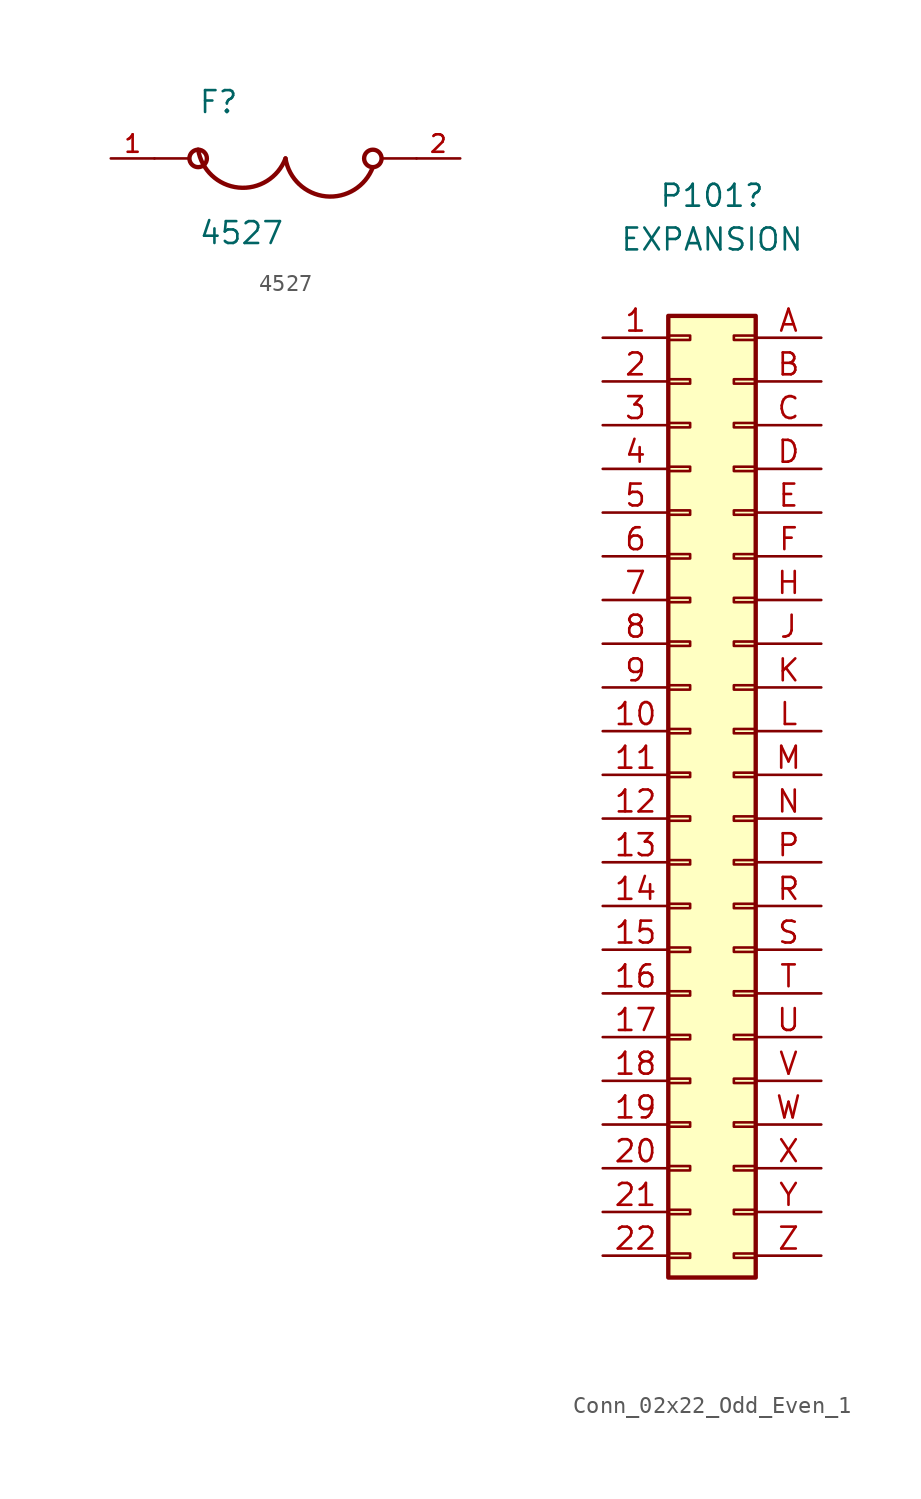
<source format=kicad_sym>
(kicad_symbol_lib
  (version 20211014)
  (generator kicad_symbol_editor)
  (symbol "4527"
    (pin_names
      (offset 1.016) hide)
    (property "Reference" "F"
      (at -5.08 2.54 0)
      (effects (font (size 1.27 1.27)) (justify left bottom)))
    (property "Value" "4527"
      (at -5.08 -5.08 0)
      (effects (font (size 1.27 1.27)) (justify left bottom)))
    (property "ki_locked" ""
      (at 0 0 0)
      (effects (font (size 1.27 1.27))))
    (symbol "4527_0_0"
      (circle (center -5.08 0) (radius 0.508) (stroke (width 0.254) (type default) (color 0 0 0 0)) (fill (type none)))
      (arc (start -5.08 0.508) (mid -2.8805 -3.0555) (end 0 0) (stroke (width 0.254) (type default) (color 0 0 0 0)) (fill (type none)))
      (polyline (pts (xy -7.62 0) (xy -5.588 0)) (stroke (width 0.152) (type default) (color 0 0 0 0)) (fill (type none)))
      (polyline (pts (xy 5.588 0) (xy 7.62 0)) (stroke (width 0.152) (type default) (color 0 0 0 0)) (fill (type none)))
      (arc (start 0 0) (mid 2.3504 -2.2064) (end 5.08 -0.508) (stroke (width 0.254) (type default) (color 0 0 0 0)) (fill (type none)))
      (circle (center 5.08 0) (radius 0.508) (stroke (width 0.254) (type default) (color 0 0 0 0)) (fill (type none)))
      (pin passive line (at -10.16 0 0) (length 2.54) (name "~" (effects (font (size 1.016 1.016)))) (number "1" (effects (font (size 1.016 1.016)))))
      (pin passive line (at 10.16 0 180) (length 2.54) (name "~" (effects (font (size 1.016 1.016)))) (number "2" (effects (font (size 1.016 1.016)))))))
  (symbol "Conn_02x22_Odd_Even_1"
    (pin_names
      (offset 1.016) hide)
    (property "Reference" "P101"
      (at 1.27 33.655 0)
      (effects (font (size 1.27 1.27))))
    (property "Value" "EXPANSION"
      (at 1.27 31.115 0)
      (effects (font (size 1.27 1.27))))
    (symbol "Conn_02x22_Odd_Even_1_1_1"
      (rectangle (start -1.27 -27.813) (end 0 -28.067) (stroke (width 0.152) (type default) (color 0 0 0 0)) (fill (type none)))
      (rectangle (start -1.27 -25.273) (end 0 -25.527) (stroke (width 0.152) (type default) (color 0 0 0 0)) (fill (type none)))
      (rectangle (start -1.27 -22.733) (end 0 -22.987) (stroke (width 0.152) (type default) (color 0 0 0 0)) (fill (type none)))
      (rectangle (start -1.27 -20.193) (end 0 -20.447) (stroke (width 0.152) (type default) (color 0 0 0 0)) (fill (type none)))
      (rectangle (start -1.27 -17.653) (end 0 -17.907) (stroke (width 0.152) (type default) (color 0 0 0 0)) (fill (type none)))
      (rectangle (start -1.27 -15.113) (end 0 -15.367) (stroke (width 0.152) (type default) (color 0 0 0 0)) (fill (type none)))
      (rectangle (start -1.27 -12.573) (end 0 -12.827) (stroke (width 0.152) (type default) (color 0 0 0 0)) (fill (type none)))
      (rectangle (start -1.27 -10.033) (end 0 -10.287) (stroke (width 0.152) (type default) (color 0 0 0 0)) (fill (type none)))
      (rectangle (start -1.27 -7.493) (end 0 -7.747) (stroke (width 0.152) (type default) (color 0 0 0 0)) (fill (type none)))
      (rectangle (start -1.27 -4.953) (end 0 -5.207) (stroke (width 0.152) (type default) (color 0 0 0 0)) (fill (type none)))
      (rectangle (start -1.27 -2.413) (end 0 -2.667) (stroke (width 0.152) (type default) (color 0 0 0 0)) (fill (type none)))
      (rectangle (start -1.27 0.127) (end 0 -0.127) (stroke (width 0.152) (type default) (color 0 0 0 0)) (fill (type none)))
      (rectangle (start -1.27 2.667) (end 0 2.413) (stroke (width 0.152) (type default) (color 0 0 0 0)) (fill (type none)))
      (rectangle (start -1.27 5.207) (end 0 4.953) (stroke (width 0.152) (type default) (color 0 0 0 0)) (fill (type none)))
      (rectangle (start -1.27 7.747) (end 0 7.493) (stroke (width 0.152) (type default) (color 0 0 0 0)) (fill (type none)))
      (rectangle (start -1.27 10.287) (end 0 10.033) (stroke (width 0.152) (type default) (color 0 0 0 0)) (fill (type none)))
      (rectangle (start -1.27 12.827) (end 0 12.573) (stroke (width 0.152) (type default) (color 0 0 0 0)) (fill (type none)))
      (rectangle (start -1.27 15.367) (end 0 15.113) (stroke (width 0.152) (type default) (color 0 0 0 0)) (fill (type none)))
      (rectangle (start -1.27 17.907) (end 0 17.653) (stroke (width 0.152) (type default) (color 0 0 0 0)) (fill (type none)))
      (rectangle (start -1.27 20.447) (end 0 20.193) (stroke (width 0.152) (type default) (color 0 0 0 0)) (fill (type none)))
      (rectangle (start -1.27 22.987) (end 0 22.733) (stroke (width 0.152) (type default) (color 0 0 0 0)) (fill (type none)))
      (rectangle (start -1.27 25.527) (end 0 25.273) (stroke (width 0.152) (type default) (color 0 0 0 0)) (fill (type none)))
      (rectangle (start -1.27 26.67) (end 3.81 -29.21) (stroke (width 0.254) (type default) (color 0 0 0 0)) (fill (type background)))
      (rectangle (start 3.81 -27.813) (end 2.54 -28.067) (stroke (width 0.152) (type default) (color 0 0 0 0)) (fill (type none)))
      (rectangle (start 3.81 -25.273) (end 2.54 -25.527) (stroke (width 0.152) (type default) (color 0 0 0 0)) (fill (type none)))
      (rectangle (start 3.81 -22.733) (end 2.54 -22.987) (stroke (width 0.152) (type default) (color 0 0 0 0)) (fill (type none)))
      (rectangle (start 3.81 -20.193) (end 2.54 -20.447) (stroke (width 0.152) (type default) (color 0 0 0 0)) (fill (type none)))
      (rectangle (start 3.81 -17.653) (end 2.54 -17.907) (stroke (width 0.152) (type default) (color 0 0 0 0)) (fill (type none)))
      (rectangle (start 3.81 -15.113) (end 2.54 -15.367) (stroke (width 0.152) (type default) (color 0 0 0 0)) (fill (type none)))
      (rectangle (start 3.81 -12.573) (end 2.54 -12.827) (stroke (width 0.152) (type default) (color 0 0 0 0)) (fill (type none)))
      (rectangle (start 3.81 -10.033) (end 2.54 -10.287) (stroke (width 0.152) (type default) (color 0 0 0 0)) (fill (type none)))
      (rectangle (start 3.81 -7.493) (end 2.54 -7.747) (stroke (width 0.152) (type default) (color 0 0 0 0)) (fill (type none)))
      (rectangle (start 3.81 -4.953) (end 2.54 -5.207) (stroke (width 0.152) (type default) (color 0 0 0 0)) (fill (type none)))
      (rectangle (start 3.81 -2.413) (end 2.54 -2.667) (stroke (width 0.152) (type default) (color 0 0 0 0)) (fill (type none)))
      (rectangle (start 3.81 0.127) (end 2.54 -0.127) (stroke (width 0.152) (type default) (color 0 0 0 0)) (fill (type none)))
      (rectangle (start 3.81 2.667) (end 2.54 2.413) (stroke (width 0.152) (type default) (color 0 0 0 0)) (fill (type none)))
      (rectangle (start 3.81 5.207) (end 2.54 4.953) (stroke (width 0.152) (type default) (color 0 0 0 0)) (fill (type none)))
      (rectangle (start 3.81 7.747) (end 2.54 7.493) (stroke (width 0.152) (type default) (color 0 0 0 0)) (fill (type none)))
      (rectangle (start 3.81 10.287) (end 2.54 10.033) (stroke (width 0.152) (type default) (color 0 0 0 0)) (fill (type none)))
      (rectangle (start 3.81 12.827) (end 2.54 12.573) (stroke (width 0.152) (type default) (color 0 0 0 0)) (fill (type none)))
      (rectangle (start 3.81 15.367) (end 2.54 15.113) (stroke (width 0.152) (type default) (color 0 0 0 0)) (fill (type none)))
      (rectangle (start 3.81 17.907) (end 2.54 17.653) (stroke (width 0.152) (type default) (color 0 0 0 0)) (fill (type none)))
      (rectangle (start 3.81 20.447) (end 2.54 20.193) (stroke (width 0.152) (type default) (color 0 0 0 0)) (fill (type none)))
      (rectangle (start 3.81 22.987) (end 2.54 22.733) (stroke (width 0.152) (type default) (color 0 0 0 0)) (fill (type none)))
      (rectangle (start 3.81 25.527) (end 2.54 25.273) (stroke (width 0.152) (type default) (color 0 0 0 0)) (fill (type none)))
      (pin passive line (at -5.08 25.4 0) (length 3.81) (name "1" (effects (font (size 1.27 1.27)))) (number "1" (effects (font (size 1.27 1.27)))))
      (pin passive line (at -5.08 2.54 0) (length 3.81) (name "10" (effects (font (size 1.27 1.27)))) (number "10" (effects (font (size 1.27 1.27)))))
      (pin passive line (at -5.08 0 0) (length 3.81) (name "11" (effects (font (size 1.27 1.27)))) (number "11" (effects (font (size 1.27 1.27)))))
      (pin passive line (at -5.08 -2.54 0) (length 3.81) (name "12" (effects (font (size 1.27 1.27)))) (number "12" (effects (font (size 1.27 1.27)))))
      (pin passive line (at -5.08 -5.08 0) (length 3.81) (name "13" (effects (font (size 1.27 1.27)))) (number "13" (effects (font (size 1.27 1.27)))))
      (pin passive line (at -5.08 -7.62 0) (length 3.81) (name "14" (effects (font (size 1.27 1.27)))) (number "14" (effects (font (size 1.27 1.27)))))
      (pin passive line (at -5.08 -10.16 0) (length 3.81) (name "15" (effects (font (size 1.27 1.27)))) (number "15" (effects (font (size 1.27 1.27)))))
      (pin passive line (at -5.08 -12.7 0) (length 3.81) (name "16" (effects (font (size 1.27 1.27)))) (number "16" (effects (font (size 1.27 1.27)))))
      (pin passive line (at -5.08 -15.24 0) (length 3.81) (name "17" (effects (font (size 1.27 1.27)))) (number "17" (effects (font (size 1.27 1.27)))))
      (pin passive line (at -5.08 -17.78 0) (length 3.81) (name "18" (effects (font (size 1.27 1.27)))) (number "18" (effects (font (size 1.27 1.27)))))
      (pin passive line (at -5.08 -20.32 0) (length 3.81) (name "19" (effects (font (size 1.27 1.27)))) (number "19" (effects (font (size 1.27 1.27)))))
      (pin passive line (at -5.08 22.86 0) (length 3.81) (name "2" (effects (font (size 1.27 1.27)))) (number "2" (effects (font (size 1.27 1.27)))))
      (pin passive line (at -5.08 -22.86 0) (length 3.81) (name "20" (effects (font (size 1.27 1.27)))) (number "20" (effects (font (size 1.27 1.27)))))
      (pin passive line (at -5.08 -25.4 0) (length 3.81) (name "21" (effects (font (size 1.27 1.27)))) (number "21" (effects (font (size 1.27 1.27)))))
      (pin passive line (at -5.08 -27.94 0) (length 3.81) (name "22" (effects (font (size 1.27 1.27)))) (number "22" (effects (font (size 1.27 1.27)))))
      (pin passive line (at -5.08 20.32 0) (length 3.81) (name "3" (effects (font (size 1.27 1.27)))) (number "3" (effects (font (size 1.27 1.27)))))
      (pin passive line (at -5.08 17.78 0) (length 3.81) (name "4" (effects (font (size 1.27 1.27)))) (number "4" (effects (font (size 1.27 1.27)))))
      (pin passive line (at -5.08 15.24 0) (length 3.81) (name "5" (effects (font (size 1.27 1.27)))) (number "5" (effects (font (size 1.27 1.27)))))
      (pin passive line (at -5.08 12.7 0) (length 3.81) (name "6" (effects (font (size 1.27 1.27)))) (number "6" (effects (font (size 1.27 1.27)))))
      (pin passive line (at -5.08 10.16 0) (length 3.81) (name "7" (effects (font (size 1.27 1.27)))) (number "7" (effects (font (size 1.27 1.27)))))
      (pin passive line (at -5.08 7.62 0) (length 3.81) (name "8" (effects (font (size 1.27 1.27)))) (number "8" (effects (font (size 1.27 1.27)))))
      (pin passive line (at -5.08 5.08 0) (length 3.81) (name "9" (effects (font (size 1.27 1.27)))) (number "9" (effects (font (size 1.27 1.27)))))
      (pin passive line (at 7.62 25.4 180) (length 3.81) (name "A" (effects (font (size 1.27 1.27)))) (number "A" (effects (font (size 1.27 1.27)))))
      (pin passive line (at 7.62 22.86 180) (length 3.81) (name "B" (effects (font (size 1.27 1.27)))) (number "B" (effects (font (size 1.27 1.27)))))
      (pin passive line (at 7.62 20.32 180) (length 3.81) (name "C" (effects (font (size 1.27 1.27)))) (number "C" (effects (font (size 1.27 1.27)))))
      (pin passive line (at 7.62 17.78 180) (length 3.81) (name "D" (effects (font (size 1.27 1.27)))) (number "D" (effects (font (size 1.27 1.27)))))
      (pin passive line (at 7.62 15.24 180) (length 3.81) (name "E" (effects (font (size 1.27 1.27)))) (number "E" (effects (font (size 1.27 1.27)))))
      (pin passive line (at 7.62 12.7 180) (length 3.81) (name "F" (effects (font (size 1.27 1.27)))) (number "F" (effects (font (size 1.27 1.27)))))
      (pin passive line (at 7.62 10.16 180) (length 3.81) (name "H" (effects (font (size 1.27 1.27)))) (number "H" (effects (font (size 1.27 1.27)))))
      (pin passive line (at 7.62 7.62 180) (length 3.81) (name "J" (effects (font (size 1.27 1.27)))) (number "J" (effects (font (size 1.27 1.27)))))
      (pin passive line (at 7.62 5.08 180) (length 3.81) (name "K" (effects (font (size 1.27 1.27)))) (number "K" (effects (font (size 1.27 1.27)))))
      (pin passive line (at 7.62 2.54 180) (length 3.81) (name "L" (effects (font (size 1.27 1.27)))) (number "L" (effects (font (size 1.27 1.27)))))
      (pin passive line (at 7.62 0 180) (length 3.81) (name "M" (effects (font (size 1.27 1.27)))) (number "M" (effects (font (size 1.27 1.27)))))
      (pin passive line (at 7.62 -2.54 180) (length 3.81) (name "N" (effects (font (size 1.27 1.27)))) (number "N" (effects (font (size 1.27 1.27)))))
      (pin passive line (at 7.62 -5.08 180) (length 3.81) (name "P" (effects (font (size 1.27 1.27)))) (number "P" (effects (font (size 1.27 1.27)))))
      (pin passive line (at 7.62 -7.62 180) (length 3.81) (name "R" (effects (font (size 1.27 1.27)))) (number "R" (effects (font (size 1.27 1.27)))))
      (pin passive line (at 7.62 -10.16 180) (length 3.81) (name "S" (effects (font (size 1.27 1.27)))) (number "S" (effects (font (size 1.27 1.27)))))
      (pin passive line (at 7.62 -12.7 180) (length 3.81) (name "T" (effects (font (size 1.27 1.27)))) (number "T" (effects (font (size 1.27 1.27)))))
      (pin passive line (at 7.62 -15.24 180) (length 3.81) (name "U" (effects (font (size 1.27 1.27)))) (number "U" (effects (font (size 1.27 1.27)))))
      (pin passive line (at 7.62 -17.78 180) (length 3.81) (name "V" (effects (font (size 1.27 1.27)))) (number "V" (effects (font (size 1.27 1.27)))))
      (pin passive line (at 7.62 -20.32 180) (length 3.81) (name "W" (effects (font (size 1.27 1.27)))) (number "W" (effects (font (size 1.27 1.27)))))
      (pin passive line (at 7.62 -22.86 180) (length 3.81) (name "X" (effects (font (size 1.27 1.27)))) (number "X" (effects (font (size 1.27 1.27)))))
      (pin passive line (at 7.62 -25.4 180) (length 3.81) (name "Y" (effects (font (size 1.27 1.27)))) (number "Y" (effects (font (size 1.27 1.27)))))
      (pin passive line (at 7.62 -27.94 180) (length 3.81) (name "Z" (effects (font (size 1.27 1.27)))) (number "Z" (effects (font (size 1.27 1.27))))))))
</source>
